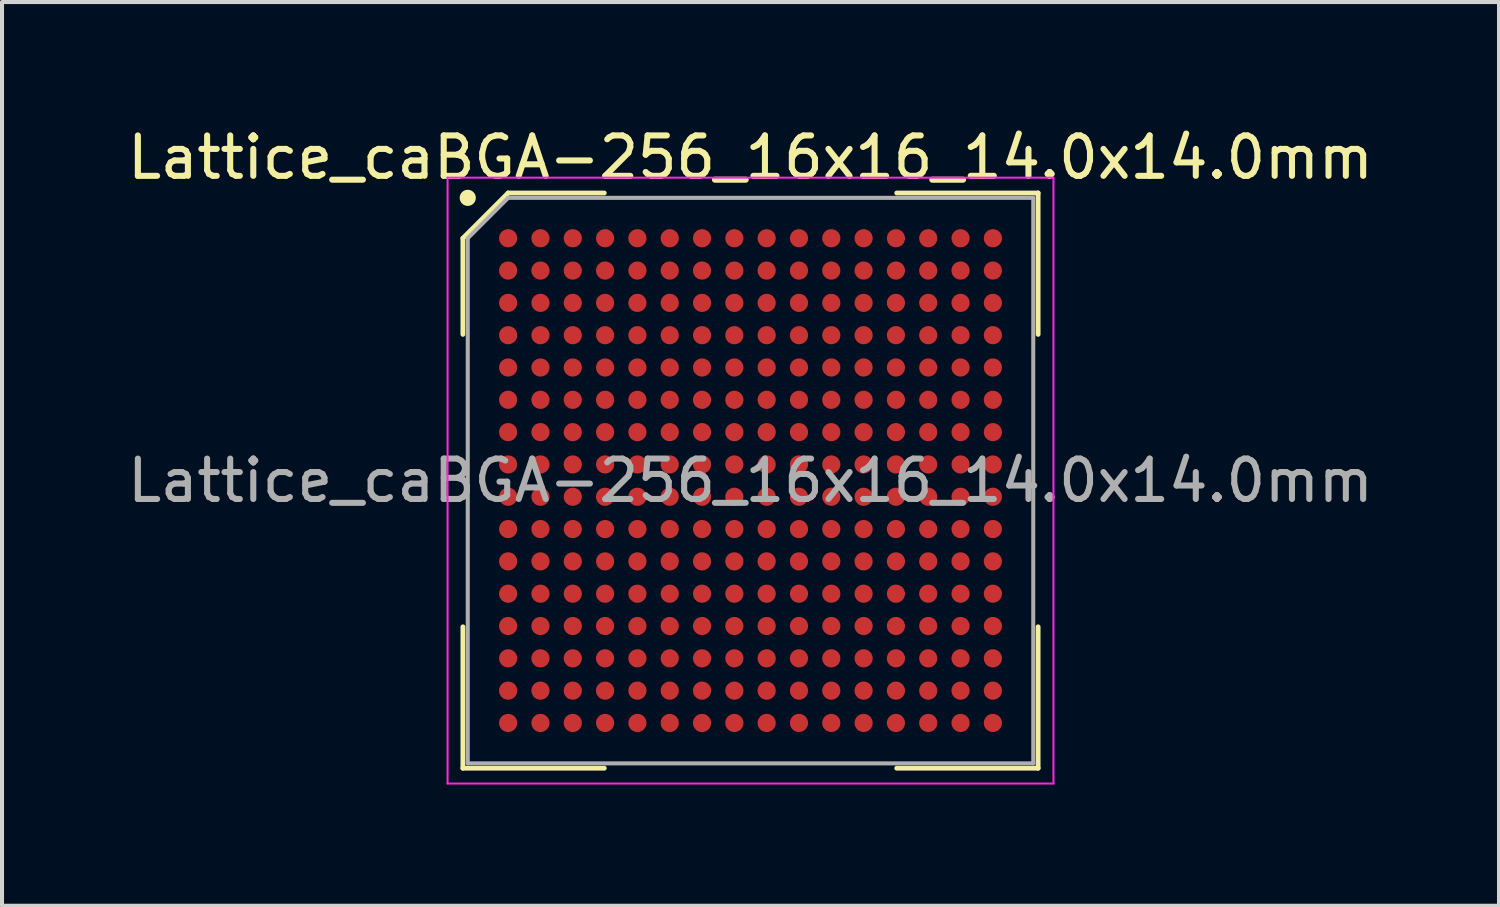
<source format=kicad_pcb>
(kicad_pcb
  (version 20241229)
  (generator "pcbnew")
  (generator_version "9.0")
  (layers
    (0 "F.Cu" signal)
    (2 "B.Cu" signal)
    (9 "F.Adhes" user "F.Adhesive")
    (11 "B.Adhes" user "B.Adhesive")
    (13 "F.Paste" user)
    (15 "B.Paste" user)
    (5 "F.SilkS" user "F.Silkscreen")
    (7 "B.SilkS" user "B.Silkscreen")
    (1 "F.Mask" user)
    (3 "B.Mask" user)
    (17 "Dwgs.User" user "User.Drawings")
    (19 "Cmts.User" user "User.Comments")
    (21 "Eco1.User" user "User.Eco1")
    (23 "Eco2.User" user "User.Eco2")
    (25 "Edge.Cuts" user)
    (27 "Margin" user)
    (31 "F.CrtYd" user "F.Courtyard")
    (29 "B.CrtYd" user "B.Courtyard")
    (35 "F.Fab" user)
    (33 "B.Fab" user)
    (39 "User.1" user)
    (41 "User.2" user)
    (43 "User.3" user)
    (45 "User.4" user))
  (footprint "Lattice_caBGA-256_16x16_14.0x14.0mm"
    (layer "F.Cu")
    (at 15.53 8.848)
    (property "Reference" "Lattice_caBGA-256_16x16_14.0x14.0mm" (at 0 -8 0) (layer "F.SilkS") (effects (font (size 1 1) (thickness 0.15))))
    (attr smd)
    (fp_line (start -7.12 -6) (end -7.12 -3.62) (stroke (width 0.12) (type default)) (layer "F.SilkS"))
    (fp_line (start -7.12 7.12) (end -7.12 3.62) (stroke (width 0.12) (type default)) (layer "F.SilkS"))
    (fp_line (start -6 -7.12) (end -7.12 -6) (stroke (width 0.12) (type default)) (layer "F.SilkS"))
    (fp_line (start -3.62 -7.12) (end -6 -7.12) (stroke (width 0.12) (type default)) (layer "F.SilkS"))
    (fp_line (start -3.62 7.12) (end -7.12 7.12) (stroke (width 0.12) (type default)) (layer "F.SilkS"))
    (fp_line (start 3.62 -7.12) (end 7.12 -7.12) (stroke (width 0.12) (type default)) (layer "F.SilkS"))
    (fp_line (start 3.62 7.12) (end 7.12 7.12) (stroke (width 0.12) (type default)) (layer "F.SilkS"))
    (fp_line (start 7.12 -7.12) (end 7.12 -3.62) (stroke (width 0.12) (type default)) (layer "F.SilkS"))
    (fp_line (start 7.12 7.12) (end 7.12 3.62) (stroke (width 0.12) (type default)) (layer "F.SilkS"))
    (fp_circle (center -7 -7) (end -7 -6.9) (stroke (width 0.2) (type default)) (fill no) (layer "F.SilkS"))
    (fp_line (start -7.5 -7.5) (end 7.5 -7.5) (stroke (width 0.05) (type default)) (layer "F.CrtYd"))
    (fp_line (start -7.5 7.5) (end -7.5 -7.5) (stroke (width 0.05) (type default)) (layer "F.CrtYd"))
    (fp_line (start 7.5 -7.5) (end 7.5 7.5) (stroke (width 0.05) (type default)) (layer "F.CrtYd"))
    (fp_line (start 7.5 7.5) (end -7.5 7.5) (stroke (width 0.05) (type default)) (layer "F.CrtYd"))
    (fp_line (start -7 -6) (end -7 7) (stroke (width 0.1) (type default)) (layer "F.Fab"))
    (fp_line (start -7 7) (end 7 7) (stroke (width 0.1) (type default)) (layer "F.Fab"))
    (fp_line (start -6 -7) (end -7 -6) (stroke (width 0.1) (type default)) (layer "F.Fab"))
    (fp_line (start 7 -7) (end -6 -7) (stroke (width 0.1) (type default)) (layer "F.Fab"))
    (fp_line (start 7 7) (end 7 -7) (stroke (width 0.1) (type default)) (layer "F.Fab"))
    (fp_text user "${REFERENCE}" (at 0 0 0) (layer "F.Fab") (effects (font (size 1 1) (thickness 0.15))))
    (pad "A1" smd circle (at -6 -6) (size 0.45 0.45) (layers "F.Cu" "F.Mask" "F.Paste"))
    (pad "A2" smd circle (at -5.2 -6) (size 0.45 0.45) (layers "F.Cu" "F.Mask" "F.Paste"))
    (pad "A3" smd circle (at -4.4 -6) (size 0.45 0.45) (layers "F.Cu" "F.Mask" "F.Paste"))
    (pad "A4" smd circle (at -3.6 -6) (size 0.45 0.45) (layers "F.Cu" "F.Mask" "F.Paste"))
    (pad "A5" smd circle (at -2.8 -6) (size 0.45 0.45) (layers "F.Cu" "F.Mask" "F.Paste"))
    (pad "A6" smd circle (at -2 -6) (size 0.45 0.45) (layers "F.Cu" "F.Mask" "F.Paste"))
    (pad "A7" smd circle (at -1.2 -6) (size 0.45 0.45) (layers "F.Cu" "F.Mask" "F.Paste"))
    (pad "A8" smd circle (at -0.4 -6) (size 0.45 0.45) (layers "F.Cu" "F.Mask" "F.Paste"))
    (pad "A9" smd circle (at 0.4 -6) (size 0.45 0.45) (layers "F.Cu" "F.Mask" "F.Paste"))
    (pad "A10" smd circle (at 1.2 -6) (size 0.45 0.45) (layers "F.Cu" "F.Mask" "F.Paste"))
    (pad "A11" smd circle (at 2 -6) (size 0.45 0.45) (layers "F.Cu" "F.Mask" "F.Paste"))
    (pad "A12" smd circle (at 2.8 -6) (size 0.45 0.45) (layers "F.Cu" "F.Mask" "F.Paste"))
    (pad "A13" smd circle (at 3.6 -6) (size 0.45 0.45) (layers "F.Cu" "F.Mask" "F.Paste"))
    (pad "A14" smd circle (at 4.4 -6) (size 0.45 0.45) (layers "F.Cu" "F.Mask" "F.Paste"))
    (pad "A15" smd circle (at 5.2 -6) (size 0.45 0.45) (layers "F.Cu" "F.Mask" "F.Paste"))
    (pad "A16" smd circle (at 6 -6) (size 0.45 0.45) (layers "F.Cu" "F.Mask" "F.Paste"))
    (pad "B1" smd circle (at -6 -5.2) (size 0.45 0.45) (layers "F.Cu" "F.Mask" "F.Paste"))
    (pad "B2" smd circle (at -5.2 -5.2) (size 0.45 0.45) (layers "F.Cu" "F.Mask" "F.Paste"))
    (pad "B3" smd circle (at -4.4 -5.2) (size 0.45 0.45) (layers "F.Cu" "F.Mask" "F.Paste"))
    (pad "B4" smd circle (at -3.6 -5.2) (size 0.45 0.45) (layers "F.Cu" "F.Mask" "F.Paste"))
    (pad "B5" smd circle (at -2.8 -5.2) (size 0.45 0.45) (layers "F.Cu" "F.Mask" "F.Paste"))
    (pad "B6" smd circle (at -2 -5.2) (size 0.45 0.45) (layers "F.Cu" "F.Mask" "F.Paste"))
    (pad "B7" smd circle (at -1.2 -5.2) (size 0.45 0.45) (layers "F.Cu" "F.Mask" "F.Paste"))
    (pad "B8" smd circle (at -0.4 -5.2) (size 0.45 0.45) (layers "F.Cu" "F.Mask" "F.Paste"))
    (pad "B9" smd circle (at 0.4 -5.2) (size 0.45 0.45) (layers "F.Cu" "F.Mask" "F.Paste"))
    (pad "B10" smd circle (at 1.2 -5.2) (size 0.45 0.45) (layers "F.Cu" "F.Mask" "F.Paste"))
    (pad "B11" smd circle (at 2 -5.2) (size 0.45 0.45) (layers "F.Cu" "F.Mask" "F.Paste"))
    (pad "B12" smd circle (at 2.8 -5.2) (size 0.45 0.45) (layers "F.Cu" "F.Mask" "F.Paste"))
    (pad "B13" smd circle (at 3.6 -5.2) (size 0.45 0.45) (layers "F.Cu" "F.Mask" "F.Paste"))
    (pad "B14" smd circle (at 4.4 -5.2) (size 0.45 0.45) (layers "F.Cu" "F.Mask" "F.Paste"))
    (pad "B15" smd circle (at 5.2 -5.2) (size 0.45 0.45) (layers "F.Cu" "F.Mask" "F.Paste"))
    (pad "B16" smd circle (at 6 -5.2) (size 0.45 0.45) (layers "F.Cu" "F.Mask" "F.Paste"))
    (pad "C1" smd circle (at -6 -4.4) (size 0.45 0.45) (layers "F.Cu" "F.Mask" "F.Paste"))
    (pad "C2" smd circle (at -5.2 -4.4) (size 0.45 0.45) (layers "F.Cu" "F.Mask" "F.Paste"))
    (pad "C3" smd circle (at -4.4 -4.4) (size 0.45 0.45) (layers "F.Cu" "F.Mask" "F.Paste"))
    (pad "C4" smd circle (at -3.6 -4.4) (size 0.45 0.45) (layers "F.Cu" "F.Mask" "F.Paste"))
    (pad "C5" smd circle (at -2.8 -4.4) (size 0.45 0.45) (layers "F.Cu" "F.Mask" "F.Paste"))
    (pad "C6" smd circle (at -2 -4.4) (size 0.45 0.45) (layers "F.Cu" "F.Mask" "F.Paste"))
    (pad "C7" smd circle (at -1.2 -4.4) (size 0.45 0.45) (layers "F.Cu" "F.Mask" "F.Paste"))
    (pad "C8" smd circle (at -0.4 -4.4) (size 0.45 0.45) (layers "F.Cu" "F.Mask" "F.Paste"))
    (pad "C9" smd circle (at 0.4 -4.4) (size 0.45 0.45) (layers "F.Cu" "F.Mask" "F.Paste"))
    (pad "C10" smd circle (at 1.2 -4.4) (size 0.45 0.45) (layers "F.Cu" "F.Mask" "F.Paste"))
    (pad "C11" smd circle (at 2 -4.4) (size 0.45 0.45) (layers "F.Cu" "F.Mask" "F.Paste"))
    (pad "C12" smd circle (at 2.8 -4.4) (size 0.45 0.45) (layers "F.Cu" "F.Mask" "F.Paste"))
    (pad "C13" smd circle (at 3.6 -4.4) (size 0.45 0.45) (layers "F.Cu" "F.Mask" "F.Paste"))
    (pad "C14" smd circle (at 4.4 -4.4) (size 0.45 0.45) (layers "F.Cu" "F.Mask" "F.Paste"))
    (pad "C15" smd circle (at 5.2 -4.4) (size 0.45 0.45) (layers "F.Cu" "F.Mask" "F.Paste"))
    (pad "C16" smd circle (at 6 -4.4) (size 0.45 0.45) (layers "F.Cu" "F.Mask" "F.Paste"))
    (pad "D1" smd circle (at -6 -3.6) (size 0.45 0.45) (layers "F.Cu" "F.Mask" "F.Paste"))
    (pad "D2" smd circle (at -5.2 -3.6) (size 0.45 0.45) (layers "F.Cu" "F.Mask" "F.Paste"))
    (pad "D3" smd circle (at -4.4 -3.6) (size 0.45 0.45) (layers "F.Cu" "F.Mask" "F.Paste"))
    (pad "D4" smd circle (at -3.6 -3.6) (size 0.45 0.45) (layers "F.Cu" "F.Mask" "F.Paste"))
    (pad "D5" smd circle (at -2.8 -3.6) (size 0.45 0.45) (layers "F.Cu" "F.Mask" "F.Paste"))
    (pad "D6" smd circle (at -2 -3.6) (size 0.45 0.45) (layers "F.Cu" "F.Mask" "F.Paste"))
    (pad "D7" smd circle (at -1.2 -3.6) (size 0.45 0.45) (layers "F.Cu" "F.Mask" "F.Paste"))
    (pad "D8" smd circle (at -0.4 -3.6) (size 0.45 0.45) (layers "F.Cu" "F.Mask" "F.Paste"))
    (pad "D9" smd circle (at 0.4 -3.6) (size 0.45 0.45) (layers "F.Cu" "F.Mask" "F.Paste"))
    (pad "D10" smd circle (at 1.2 -3.6) (size 0.45 0.45) (layers "F.Cu" "F.Mask" "F.Paste"))
    (pad "D11" smd circle (at 2 -3.6) (size 0.45 0.45) (layers "F.Cu" "F.Mask" "F.Paste"))
    (pad "D12" smd circle (at 2.8 -3.6) (size 0.45 0.45) (layers "F.Cu" "F.Mask" "F.Paste"))
    (pad "D13" smd circle (at 3.6 -3.6) (size 0.45 0.45) (layers "F.Cu" "F.Mask" "F.Paste"))
    (pad "D14" smd circle (at 4.4 -3.6) (size 0.45 0.45) (layers "F.Cu" "F.Mask" "F.Paste"))
    (pad "D15" smd circle (at 5.2 -3.6) (size 0.45 0.45) (layers "F.Cu" "F.Mask" "F.Paste"))
    (pad "D16" smd circle (at 6 -3.6) (size 0.45 0.45) (layers "F.Cu" "F.Mask" "F.Paste"))
    (pad "E1" smd circle (at -6 -2.8) (size 0.45 0.45) (layers "F.Cu" "F.Mask" "F.Paste"))
    (pad "E2" smd circle (at -5.2 -2.8) (size 0.45 0.45) (layers "F.Cu" "F.Mask" "F.Paste"))
    (pad "E3" smd circle (at -4.4 -2.8) (size 0.45 0.45) (layers "F.Cu" "F.Mask" "F.Paste"))
    (pad "E4" smd circle (at -3.6 -2.8) (size 0.45 0.45) (layers "F.Cu" "F.Mask" "F.Paste"))
    (pad "E5" smd circle (at -2.8 -2.8) (size 0.45 0.45) (layers "F.Cu" "F.Mask" "F.Paste"))
    (pad "E6" smd circle (at -2 -2.8) (size 0.45 0.45) (layers "F.Cu" "F.Mask" "F.Paste"))
    (pad "E7" smd circle (at -1.2 -2.8) (size 0.45 0.45) (layers "F.Cu" "F.Mask" "F.Paste"))
    (pad "E8" smd circle (at -0.4 -2.8) (size 0.45 0.45) (layers "F.Cu" "F.Mask" "F.Paste"))
    (pad "E9" smd circle (at 0.4 -2.8) (size 0.45 0.45) (layers "F.Cu" "F.Mask" "F.Paste"))
    (pad "E10" smd circle (at 1.2 -2.8) (size 0.45 0.45) (layers "F.Cu" "F.Mask" "F.Paste"))
    (pad "E11" smd circle (at 2 -2.8) (size 0.45 0.45) (layers "F.Cu" "F.Mask" "F.Paste"))
    (pad "E12" smd circle (at 2.8 -2.8) (size 0.45 0.45) (layers "F.Cu" "F.Mask" "F.Paste"))
    (pad "E13" smd circle (at 3.6 -2.8) (size 0.45 0.45) (layers "F.Cu" "F.Mask" "F.Paste"))
    (pad "E14" smd circle (at 4.4 -2.8) (size 0.45 0.45) (layers "F.Cu" "F.Mask" "F.Paste"))
    (pad "E15" smd circle (at 5.2 -2.8) (size 0.45 0.45) (layers "F.Cu" "F.Mask" "F.Paste"))
    (pad "E16" smd circle (at 6 -2.8) (size 0.45 0.45) (layers "F.Cu" "F.Mask" "F.Paste"))
    (pad "F1" smd circle (at -6 -2) (size 0.45 0.45) (layers "F.Cu" "F.Mask" "F.Paste"))
    (pad "F2" smd circle (at -5.2 -2) (size 0.45 0.45) (layers "F.Cu" "F.Mask" "F.Paste"))
    (pad "F3" smd circle (at -4.4 -2) (size 0.45 0.45) (layers "F.Cu" "F.Mask" "F.Paste"))
    (pad "F4" smd circle (at -3.6 -2) (size 0.45 0.45) (layers "F.Cu" "F.Mask" "F.Paste"))
    (pad "F5" smd circle (at -2.8 -2) (size 0.45 0.45) (layers "F.Cu" "F.Mask" "F.Paste"))
    (pad "F6" smd circle (at -2 -2) (size 0.45 0.45) (layers "F.Cu" "F.Mask" "F.Paste"))
    (pad "F7" smd circle (at -1.2 -2) (size 0.45 0.45) (layers "F.Cu" "F.Mask" "F.Paste"))
    (pad "F8" smd circle (at -0.4 -2) (size 0.45 0.45) (layers "F.Cu" "F.Mask" "F.Paste"))
    (pad "F9" smd circle (at 0.4 -2) (size 0.45 0.45) (layers "F.Cu" "F.Mask" "F.Paste"))
    (pad "F10" smd circle (at 1.2 -2) (size 0.45 0.45) (layers "F.Cu" "F.Mask" "F.Paste"))
    (pad "F11" smd circle (at 2 -2) (size 0.45 0.45) (layers "F.Cu" "F.Mask" "F.Paste"))
    (pad "F12" smd circle (at 2.8 -2) (size 0.45 0.45) (layers "F.Cu" "F.Mask" "F.Paste"))
    (pad "F13" smd circle (at 3.6 -2) (size 0.45 0.45) (layers "F.Cu" "F.Mask" "F.Paste"))
    (pad "F14" smd circle (at 4.4 -2) (size 0.45 0.45) (layers "F.Cu" "F.Mask" "F.Paste"))
    (pad "F15" smd circle (at 5.2 -2) (size 0.45 0.45) (layers "F.Cu" "F.Mask" "F.Paste"))
    (pad "F16" smd circle (at 6 -2) (size 0.45 0.45) (layers "F.Cu" "F.Mask" "F.Paste"))
    (pad "G1" smd circle (at -6 -1.2) (size 0.45 0.45) (layers "F.Cu" "F.Mask" "F.Paste"))
    (pad "G2" smd circle (at -5.2 -1.2) (size 0.45 0.45) (layers "F.Cu" "F.Mask" "F.Paste"))
    (pad "G3" smd circle (at -4.4 -1.2) (size 0.45 0.45) (layers "F.Cu" "F.Mask" "F.Paste"))
    (pad "G4" smd circle (at -3.6 -1.2) (size 0.45 0.45) (layers "F.Cu" "F.Mask" "F.Paste"))
    (pad "G5" smd circle (at -2.8 -1.2) (size 0.45 0.45) (layers "F.Cu" "F.Mask" "F.Paste"))
    (pad "G6" smd circle (at -2 -1.2) (size 0.45 0.45) (layers "F.Cu" "F.Mask" "F.Paste"))
    (pad "G7" smd circle (at -1.2 -1.2) (size 0.45 0.45) (layers "F.Cu" "F.Mask" "F.Paste"))
    (pad "G8" smd circle (at -0.4 -1.2) (size 0.45 0.45) (layers "F.Cu" "F.Mask" "F.Paste"))
    (pad "G9" smd circle (at 0.4 -1.2) (size 0.45 0.45) (layers "F.Cu" "F.Mask" "F.Paste"))
    (pad "G10" smd circle (at 1.2 -1.2) (size 0.45 0.45) (layers "F.Cu" "F.Mask" "F.Paste"))
    (pad "G11" smd circle (at 2 -1.2) (size 0.45 0.45) (layers "F.Cu" "F.Mask" "F.Paste"))
    (pad "G12" smd circle (at 2.8 -1.2) (size 0.45 0.45) (layers "F.Cu" "F.Mask" "F.Paste"))
    (pad "G13" smd circle (at 3.6 -1.2) (size 0.45 0.45) (layers "F.Cu" "F.Mask" "F.Paste"))
    (pad "G14" smd circle (at 4.4 -1.2) (size 0.45 0.45) (layers "F.Cu" "F.Mask" "F.Paste"))
    (pad "G15" smd circle (at 5.2 -1.2) (size 0.45 0.45) (layers "F.Cu" "F.Mask" "F.Paste"))
    (pad "G16" smd circle (at 6 -1.2) (size 0.45 0.45) (layers "F.Cu" "F.Mask" "F.Paste"))
    (pad "H1" smd circle (at -6 -0.4) (size 0.45 0.45) (layers "F.Cu" "F.Mask" "F.Paste"))
    (pad "H2" smd circle (at -5.2 -0.4) (size 0.45 0.45) (layers "F.Cu" "F.Mask" "F.Paste"))
    (pad "H3" smd circle (at -4.4 -0.4) (size 0.45 0.45) (layers "F.Cu" "F.Mask" "F.Paste"))
    (pad "H4" smd circle (at -3.6 -0.4) (size 0.45 0.45) (layers "F.Cu" "F.Mask" "F.Paste"))
    (pad "H5" smd circle (at -2.8 -0.4) (size 0.45 0.45) (layers "F.Cu" "F.Mask" "F.Paste"))
    (pad "H6" smd circle (at -2 -0.4) (size 0.45 0.45) (layers "F.Cu" "F.Mask" "F.Paste"))
    (pad "H7" smd circle (at -1.2 -0.4) (size 0.45 0.45) (layers "F.Cu" "F.Mask" "F.Paste"))
    (pad "H8" smd circle (at -0.4 -0.4) (size 0.45 0.45) (layers "F.Cu" "F.Mask" "F.Paste"))
    (pad "H9" smd circle (at 0.4 -0.4) (size 0.45 0.45) (layers "F.Cu" "F.Mask" "F.Paste"))
    (pad "H10" smd circle (at 1.2 -0.4) (size 0.45 0.45) (layers "F.Cu" "F.Mask" "F.Paste"))
    (pad "H11" smd circle (at 2 -0.4) (size 0.45 0.45) (layers "F.Cu" "F.Mask" "F.Paste"))
    (pad "H12" smd circle (at 2.8 -0.4) (size 0.45 0.45) (layers "F.Cu" "F.Mask" "F.Paste"))
    (pad "H13" smd circle (at 3.6 -0.4) (size 0.45 0.45) (layers "F.Cu" "F.Mask" "F.Paste"))
    (pad "H14" smd circle (at 4.4 -0.4) (size 0.45 0.45) (layers "F.Cu" "F.Mask" "F.Paste"))
    (pad "H15" smd circle (at 5.2 -0.4) (size 0.45 0.45) (layers "F.Cu" "F.Mask" "F.Paste"))
    (pad "H16" smd circle (at 6 -0.4) (size 0.45 0.45) (layers "F.Cu" "F.Mask" "F.Paste"))
    (pad "J1" smd circle (at -6 0.4) (size 0.45 0.45) (layers "F.Cu" "F.Mask" "F.Paste"))
    (pad "J2" smd circle (at -5.2 0.4) (size 0.45 0.45) (layers "F.Cu" "F.Mask" "F.Paste"))
    (pad "J3" smd circle (at -4.4 0.4) (size 0.45 0.45) (layers "F.Cu" "F.Mask" "F.Paste"))
    (pad "J4" smd circle (at -3.6 0.4) (size 0.45 0.45) (layers "F.Cu" "F.Mask" "F.Paste"))
    (pad "J5" smd circle (at -2.8 0.4) (size 0.45 0.45) (layers "F.Cu" "F.Mask" "F.Paste"))
    (pad "J6" smd circle (at -2 0.4) (size 0.45 0.45) (layers "F.Cu" "F.Mask" "F.Paste"))
    (pad "J7" smd circle (at -1.2 0.4) (size 0.45 0.45) (layers "F.Cu" "F.Mask" "F.Paste"))
    (pad "J8" smd circle (at -0.4 0.4) (size 0.45 0.45) (layers "F.Cu" "F.Mask" "F.Paste"))
    (pad "J9" smd circle (at 0.4 0.4) (size 0.45 0.45) (layers "F.Cu" "F.Mask" "F.Paste"))
    (pad "J10" smd circle (at 1.2 0.4) (size 0.45 0.45) (layers "F.Cu" "F.Mask" "F.Paste"))
    (pad "J11" smd circle (at 2 0.4) (size 0.45 0.45) (layers "F.Cu" "F.Mask" "F.Paste"))
    (pad "J12" smd circle (at 2.8 0.4) (size 0.45 0.45) (layers "F.Cu" "F.Mask" "F.Paste"))
    (pad "J13" smd circle (at 3.6 0.4) (size 0.45 0.45) (layers "F.Cu" "F.Mask" "F.Paste"))
    (pad "J14" smd circle (at 4.4 0.4) (size 0.45 0.45) (layers "F.Cu" "F.Mask" "F.Paste"))
    (pad "J15" smd circle (at 5.2 0.4) (size 0.45 0.45) (layers "F.Cu" "F.Mask" "F.Paste"))
    (pad "J16" smd circle (at 6 0.4) (size 0.45 0.45) (layers "F.Cu" "F.Mask" "F.Paste"))
    (pad "K1" smd circle (at -6 1.2) (size 0.45 0.45) (layers "F.Cu" "F.Mask" "F.Paste"))
    (pad "K2" smd circle (at -5.2 1.2) (size 0.45 0.45) (layers "F.Cu" "F.Mask" "F.Paste"))
    (pad "K3" smd circle (at -4.4 1.2) (size 0.45 0.45) (layers "F.Cu" "F.Mask" "F.Paste"))
    (pad "K4" smd circle (at -3.6 1.2) (size 0.45 0.45) (layers "F.Cu" "F.Mask" "F.Paste"))
    (pad "K5" smd circle (at -2.8 1.2) (size 0.45 0.45) (layers "F.Cu" "F.Mask" "F.Paste"))
    (pad "K6" smd circle (at -2 1.2) (size 0.45 0.45) (layers "F.Cu" "F.Mask" "F.Paste"))
    (pad "K7" smd circle (at -1.2 1.2) (size 0.45 0.45) (layers "F.Cu" "F.Mask" "F.Paste"))
    (pad "K8" smd circle (at -0.4 1.2) (size 0.45 0.45) (layers "F.Cu" "F.Mask" "F.Paste"))
    (pad "K9" smd circle (at 0.4 1.2) (size 0.45 0.45) (layers "F.Cu" "F.Mask" "F.Paste"))
    (pad "K10" smd circle (at 1.2 1.2) (size 0.45 0.45) (layers "F.Cu" "F.Mask" "F.Paste"))
    (pad "K11" smd circle (at 2 1.2) (size 0.45 0.45) (layers "F.Cu" "F.Mask" "F.Paste"))
    (pad "K12" smd circle (at 2.8 1.2) (size 0.45 0.45) (layers "F.Cu" "F.Mask" "F.Paste"))
    (pad "K13" smd circle (at 3.6 1.2) (size 0.45 0.45) (layers "F.Cu" "F.Mask" "F.Paste"))
    (pad "K14" smd circle (at 4.4 1.2) (size 0.45 0.45) (layers "F.Cu" "F.Mask" "F.Paste"))
    (pad "K15" smd circle (at 5.2 1.2) (size 0.45 0.45) (layers "F.Cu" "F.Mask" "F.Paste"))
    (pad "K16" smd circle (at 6 1.2) (size 0.45 0.45) (layers "F.Cu" "F.Mask" "F.Paste"))
    (pad "L1" smd circle (at -6 2) (size 0.45 0.45) (layers "F.Cu" "F.Mask" "F.Paste"))
    (pad "L2" smd circle (at -5.2 2) (size 0.45 0.45) (layers "F.Cu" "F.Mask" "F.Paste"))
    (pad "L3" smd circle (at -4.4 2) (size 0.45 0.45) (layers "F.Cu" "F.Mask" "F.Paste"))
    (pad "L4" smd circle (at -3.6 2) (size 0.45 0.45) (layers "F.Cu" "F.Mask" "F.Paste"))
    (pad "L5" smd circle (at -2.8 2) (size 0.45 0.45) (layers "F.Cu" "F.Mask" "F.Paste"))
    (pad "L6" smd circle (at -2 2) (size 0.45 0.45) (layers "F.Cu" "F.Mask" "F.Paste"))
    (pad "L7" smd circle (at -1.2 2) (size 0.45 0.45) (layers "F.Cu" "F.Mask" "F.Paste"))
    (pad "L8" smd circle (at -0.4 2) (size 0.45 0.45) (layers "F.Cu" "F.Mask" "F.Paste"))
    (pad "L9" smd circle (at 0.4 2) (size 0.45 0.45) (layers "F.Cu" "F.Mask" "F.Paste"))
    (pad "L10" smd circle (at 1.2 2) (size 0.45 0.45) (layers "F.Cu" "F.Mask" "F.Paste"))
    (pad "L11" smd circle (at 2 2) (size 0.45 0.45) (layers "F.Cu" "F.Mask" "F.Paste"))
    (pad "L12" smd circle (at 2.8 2) (size 0.45 0.45) (layers "F.Cu" "F.Mask" "F.Paste"))
    (pad "L13" smd circle (at 3.6 2) (size 0.45 0.45) (layers "F.Cu" "F.Mask" "F.Paste"))
    (pad "L14" smd circle (at 4.4 2) (size 0.45 0.45) (layers "F.Cu" "F.Mask" "F.Paste"))
    (pad "L15" smd circle (at 5.2 2) (size 0.45 0.45) (layers "F.Cu" "F.Mask" "F.Paste"))
    (pad "L16" smd circle (at 6 2) (size 0.45 0.45) (layers "F.Cu" "F.Mask" "F.Paste"))
    (pad "M1" smd circle (at -6 2.8) (size 0.45 0.45) (layers "F.Cu" "F.Mask" "F.Paste"))
    (pad "M2" smd circle (at -5.2 2.8) (size 0.45 0.45) (layers "F.Cu" "F.Mask" "F.Paste"))
    (pad "M3" smd circle (at -4.4 2.8) (size 0.45 0.45) (layers "F.Cu" "F.Mask" "F.Paste"))
    (pad "M4" smd circle (at -3.6 2.8) (size 0.45 0.45) (layers "F.Cu" "F.Mask" "F.Paste"))
    (pad "M5" smd circle (at -2.8 2.8) (size 0.45 0.45) (layers "F.Cu" "F.Mask" "F.Paste"))
    (pad "M6" smd circle (at -2 2.8) (size 0.45 0.45) (layers "F.Cu" "F.Mask" "F.Paste"))
    (pad "M7" smd circle (at -1.2 2.8) (size 0.45 0.45) (layers "F.Cu" "F.Mask" "F.Paste"))
    (pad "M8" smd circle (at -0.4 2.8) (size 0.45 0.45) (layers "F.Cu" "F.Mask" "F.Paste"))
    (pad "M9" smd circle (at 0.4 2.8) (size 0.45 0.45) (layers "F.Cu" "F.Mask" "F.Paste"))
    (pad "M10" smd circle (at 1.2 2.8) (size 0.45 0.45) (layers "F.Cu" "F.Mask" "F.Paste"))
    (pad "M11" smd circle (at 2 2.8) (size 0.45 0.45) (layers "F.Cu" "F.Mask" "F.Paste"))
    (pad "M12" smd circle (at 2.8 2.8) (size 0.45 0.45) (layers "F.Cu" "F.Mask" "F.Paste"))
    (pad "M13" smd circle (at 3.6 2.8) (size 0.45 0.45) (layers "F.Cu" "F.Mask" "F.Paste"))
    (pad "M14" smd circle (at 4.4 2.8) (size 0.45 0.45) (layers "F.Cu" "F.Mask" "F.Paste"))
    (pad "M15" smd circle (at 5.2 2.8) (size 0.45 0.45) (layers "F.Cu" "F.Mask" "F.Paste"))
    (pad "M16" smd circle (at 6 2.8) (size 0.45 0.45) (layers "F.Cu" "F.Mask" "F.Paste"))
    (pad "N1" smd circle (at -6 3.6) (size 0.45 0.45) (layers "F.Cu" "F.Mask" "F.Paste"))
    (pad "N2" smd circle (at -5.2 3.6) (size 0.45 0.45) (layers "F.Cu" "F.Mask" "F.Paste"))
    (pad "N3" smd circle (at -4.4 3.6) (size 0.45 0.45) (layers "F.Cu" "F.Mask" "F.Paste"))
    (pad "N4" smd circle (at -3.6 3.6) (size 0.45 0.45) (layers "F.Cu" "F.Mask" "F.Paste"))
    (pad "N5" smd circle (at -2.8 3.6) (size 0.45 0.45) (layers "F.Cu" "F.Mask" "F.Paste"))
    (pad "N6" smd circle (at -2 3.6) (size 0.45 0.45) (layers "F.Cu" "F.Mask" "F.Paste"))
    (pad "N7" smd circle (at -1.2 3.6) (size 0.45 0.45) (layers "F.Cu" "F.Mask" "F.Paste"))
    (pad "N8" smd circle (at -0.4 3.6) (size 0.45 0.45) (layers "F.Cu" "F.Mask" "F.Paste"))
    (pad "N9" smd circle (at 0.4 3.6) (size 0.45 0.45) (layers "F.Cu" "F.Mask" "F.Paste"))
    (pad "N10" smd circle (at 1.2 3.6) (size 0.45 0.45) (layers "F.Cu" "F.Mask" "F.Paste"))
    (pad "N11" smd circle (at 2 3.6) (size 0.45 0.45) (layers "F.Cu" "F.Mask" "F.Paste"))
    (pad "N12" smd circle (at 2.8 3.6) (size 0.45 0.45) (layers "F.Cu" "F.Mask" "F.Paste"))
    (pad "N13" smd circle (at 3.6 3.6) (size 0.45 0.45) (layers "F.Cu" "F.Mask" "F.Paste"))
    (pad "N14" smd circle (at 4.4 3.6) (size 0.45 0.45) (layers "F.Cu" "F.Mask" "F.Paste"))
    (pad "N15" smd circle (at 5.2 3.6) (size 0.45 0.45) (layers "F.Cu" "F.Mask" "F.Paste"))
    (pad "N16" smd circle (at 6 3.6) (size 0.45 0.45) (layers "F.Cu" "F.Mask" "F.Paste"))
    (pad "P1" smd circle (at -6 4.4) (size 0.45 0.45) (layers "F.Cu" "F.Mask" "F.Paste"))
    (pad "P2" smd circle (at -5.2 4.4) (size 0.45 0.45) (layers "F.Cu" "F.Mask" "F.Paste"))
    (pad "P3" smd circle (at -4.4 4.4) (size 0.45 0.45) (layers "F.Cu" "F.Mask" "F.Paste"))
    (pad "P4" smd circle (at -3.6 4.4) (size 0.45 0.45) (layers "F.Cu" "F.Mask" "F.Paste"))
    (pad "P5" smd circle (at -2.8 4.4) (size 0.45 0.45) (layers "F.Cu" "F.Mask" "F.Paste"))
    (pad "P6" smd circle (at -2 4.4) (size 0.45 0.45) (layers "F.Cu" "F.Mask" "F.Paste"))
    (pad "P7" smd circle (at -1.2 4.4) (size 0.45 0.45) (layers "F.Cu" "F.Mask" "F.Paste"))
    (pad "P8" smd circle (at -0.4 4.4) (size 0.45 0.45) (layers "F.Cu" "F.Mask" "F.Paste"))
    (pad "P9" smd circle (at 0.4 4.4) (size 0.45 0.45) (layers "F.Cu" "F.Mask" "F.Paste"))
    (pad "P10" smd circle (at 1.2 4.4) (size 0.45 0.45) (layers "F.Cu" "F.Mask" "F.Paste"))
    (pad "P11" smd circle (at 2 4.4) (size 0.45 0.45) (layers "F.Cu" "F.Mask" "F.Paste"))
    (pad "P12" smd circle (at 2.8 4.4) (size 0.45 0.45) (layers "F.Cu" "F.Mask" "F.Paste"))
    (pad "P13" smd circle (at 3.6 4.4) (size 0.45 0.45) (layers "F.Cu" "F.Mask" "F.Paste"))
    (pad "P14" smd circle (at 4.4 4.4) (size 0.45 0.45) (layers "F.Cu" "F.Mask" "F.Paste"))
    (pad "P15" smd circle (at 5.2 4.4) (size 0.45 0.45) (layers "F.Cu" "F.Mask" "F.Paste"))
    (pad "P16" smd circle (at 6 4.4) (size 0.45 0.45) (layers "F.Cu" "F.Mask" "F.Paste"))
    (pad "R1" smd circle (at -6 5.2) (size 0.45 0.45) (layers "F.Cu" "F.Mask" "F.Paste"))
    (pad "R2" smd circle (at -5.2 5.2) (size 0.45 0.45) (layers "F.Cu" "F.Mask" "F.Paste"))
    (pad "R3" smd circle (at -4.4 5.2) (size 0.45 0.45) (layers "F.Cu" "F.Mask" "F.Paste"))
    (pad "R4" smd circle (at -3.6 5.2) (size 0.45 0.45) (layers "F.Cu" "F.Mask" "F.Paste"))
    (pad "R5" smd circle (at -2.8 5.2) (size 0.45 0.45) (layers "F.Cu" "F.Mask" "F.Paste"))
    (pad "R6" smd circle (at -2 5.2) (size 0.45 0.45) (layers "F.Cu" "F.Mask" "F.Paste"))
    (pad "R7" smd circle (at -1.2 5.2) (size 0.45 0.45) (layers "F.Cu" "F.Mask" "F.Paste"))
    (pad "R8" smd circle (at -0.4 5.2) (size 0.45 0.45) (layers "F.Cu" "F.Mask" "F.Paste"))
    (pad "R9" smd circle (at 0.4 5.2) (size 0.45 0.45) (layers "F.Cu" "F.Mask" "F.Paste"))
    (pad "R10" smd circle (at 1.2 5.2) (size 0.45 0.45) (layers "F.Cu" "F.Mask" "F.Paste"))
    (pad "R11" smd circle (at 2 5.2) (size 0.45 0.45) (layers "F.Cu" "F.Mask" "F.Paste"))
    (pad "R12" smd circle (at 2.8 5.2) (size 0.45 0.45) (layers "F.Cu" "F.Mask" "F.Paste"))
    (pad "R13" smd circle (at 3.6 5.2) (size 0.45 0.45) (layers "F.Cu" "F.Mask" "F.Paste"))
    (pad "R14" smd circle (at 4.4 5.2) (size 0.45 0.45) (layers "F.Cu" "F.Mask" "F.Paste"))
    (pad "R15" smd circle (at 5.2 5.2) (size 0.45 0.45) (layers "F.Cu" "F.Mask" "F.Paste"))
    (pad "R16" smd circle (at 6 5.2) (size 0.45 0.45) (layers "F.Cu" "F.Mask" "F.Paste"))
    (pad "T1" smd circle (at -6 6) (size 0.45 0.45) (layers "F.Cu" "F.Mask" "F.Paste"))
    (pad "T2" smd circle (at -5.2 6) (size 0.45 0.45) (layers "F.Cu" "F.Mask" "F.Paste"))
    (pad "T3" smd circle (at -4.4 6) (size 0.45 0.45) (layers "F.Cu" "F.Mask" "F.Paste"))
    (pad "T4" smd circle (at -3.6 6) (size 0.45 0.45) (layers "F.Cu" "F.Mask" "F.Paste"))
    (pad "T5" smd circle (at -2.8 6) (size 0.45 0.45) (layers "F.Cu" "F.Mask" "F.Paste"))
    (pad "T6" smd circle (at -2 6) (size 0.45 0.45) (layers "F.Cu" "F.Mask" "F.Paste"))
    (pad "T7" smd circle (at -1.2 6) (size 0.45 0.45) (layers "F.Cu" "F.Mask" "F.Paste"))
    (pad "T8" smd circle (at -0.4 6) (size 0.45 0.45) (layers "F.Cu" "F.Mask" "F.Paste"))
    (pad "T9" smd circle (at 0.4 6) (size 0.45 0.45) (layers "F.Cu" "F.Mask" "F.Paste"))
    (pad "T10" smd circle (at 1.2 6) (size 0.45 0.45) (layers "F.Cu" "F.Mask" "F.Paste"))
    (pad "T11" smd circle (at 2 6) (size 0.45 0.45) (layers "F.Cu" "F.Mask" "F.Paste"))
    (pad "T12" smd circle (at 2.8 6) (size 0.45 0.45) (layers "F.Cu" "F.Mask" "F.Paste"))
    (pad "T13" smd circle (at 3.6 6) (size 0.45 0.45) (layers "F.Cu" "F.Mask" "F.Paste"))
    (pad "T14" smd circle (at 4.4 6) (size 0.45 0.45) (layers "F.Cu" "F.Mask" "F.Paste"))
    (pad "T15" smd circle (at 5.2 6) (size 0.45 0.45) (layers "F.Cu" "F.Mask" "F.Paste"))
    (pad "T16" smd circle (at 6 6) (size 0.45 0.45) (layers "F.Cu" "F.Mask" "F.Paste")))
  (gr_rect
    (start -3 -3)
    (end 34.06 19.373)
    (stroke (width 0.1) (type default))
    (fill no)
    (layer "Edge.Cuts")))
</source>
